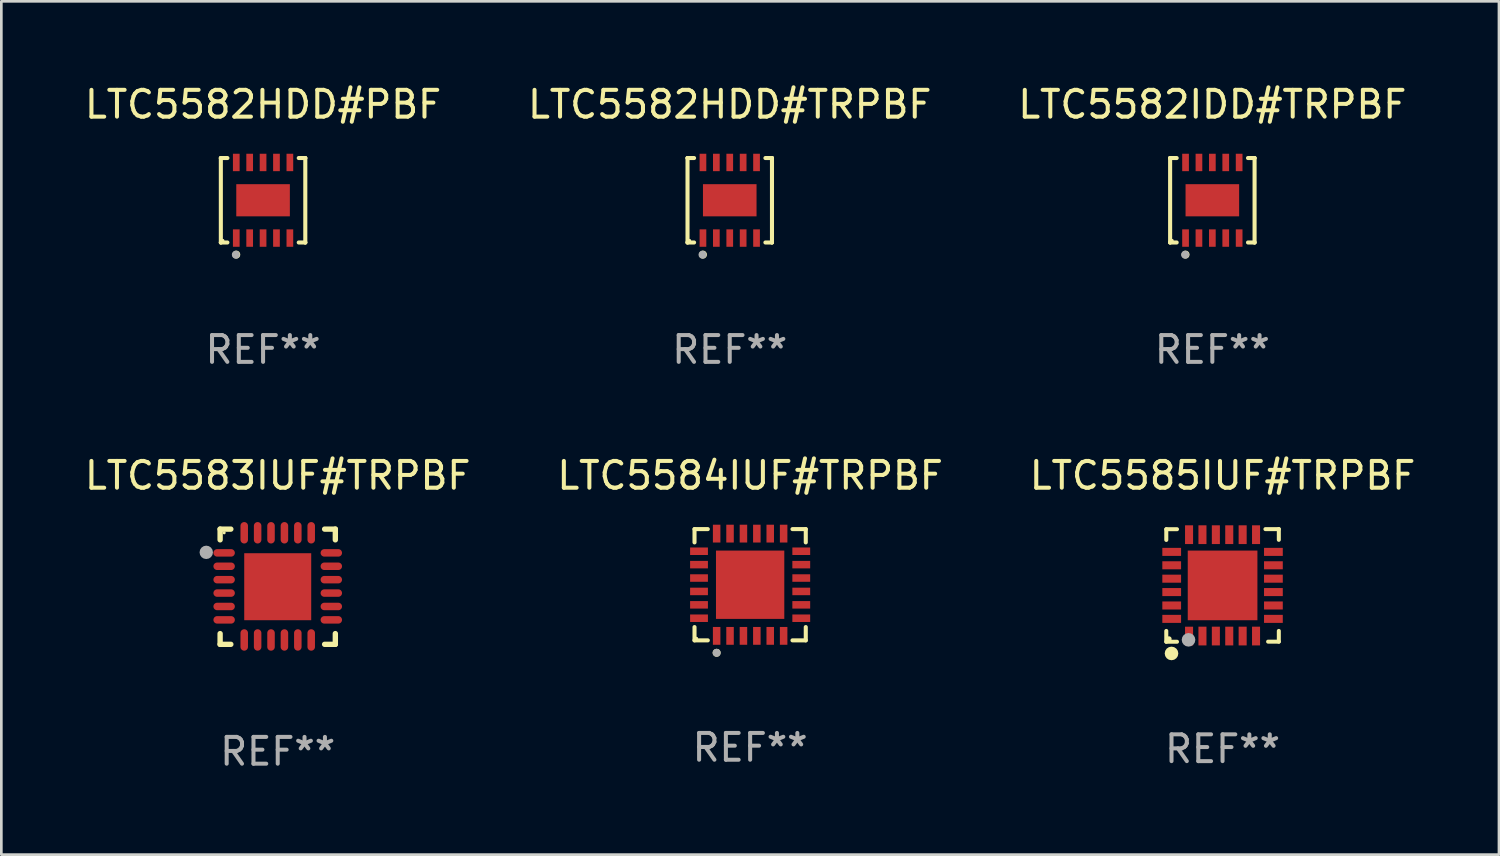
<source format=kicad_pcb>
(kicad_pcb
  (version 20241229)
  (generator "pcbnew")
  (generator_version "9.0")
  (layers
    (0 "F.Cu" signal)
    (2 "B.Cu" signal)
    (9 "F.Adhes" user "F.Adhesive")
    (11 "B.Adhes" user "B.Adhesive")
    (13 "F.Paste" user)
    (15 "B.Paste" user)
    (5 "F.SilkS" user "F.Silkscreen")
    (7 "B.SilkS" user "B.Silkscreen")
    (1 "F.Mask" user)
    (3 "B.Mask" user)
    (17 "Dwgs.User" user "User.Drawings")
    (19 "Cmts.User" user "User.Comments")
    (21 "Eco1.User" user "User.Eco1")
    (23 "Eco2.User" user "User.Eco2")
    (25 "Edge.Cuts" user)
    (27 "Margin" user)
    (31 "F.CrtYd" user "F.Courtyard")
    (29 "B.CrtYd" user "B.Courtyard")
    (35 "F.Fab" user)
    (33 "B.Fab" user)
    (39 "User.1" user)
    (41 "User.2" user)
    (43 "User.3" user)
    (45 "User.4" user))
  (footprint "LTC5582HDD#TRPBF"
    (layer "F.Cu")
    (at 24.185 4.424)
    (property "Reference" "LTC5582HDD#TRPBF" (at 0 -3.576 0) (layer "F.SilkS") (effects (font (size 1 1) (thickness 0.15))))
    (attr through_hole)
    (fp_line (start -1.576 -1.576) (end -1.576 -1.576) (stroke (width 0.152) (type solid)) (layer "F.SilkS"))
    (fp_line (start -1.576 -1.576) (end -1.331 -1.576) (stroke (width 0.152) (type solid)) (layer "F.SilkS"))
    (fp_line (start -1.576 1.576) (end -1.576 -1.576) (stroke (width 0.152) (type solid)) (layer "F.SilkS"))
    (fp_line (start -1.576 1.576) (end -1.576 1.576) (stroke (width 0.152) (type solid)) (layer "F.SilkS"))
    (fp_line (start -1.331 1.576) (end -1.576 1.576) (stroke (width 0.152) (type solid)) (layer "F.SilkS"))
    (fp_line (start 1.331 1.576) (end 1.576 1.576) (stroke (width 0.152) (type solid)) (layer "F.SilkS"))
    (fp_line (start 1.576 -1.576) (end 1.331 -1.576) (stroke (width 0.152) (type solid)) (layer "F.SilkS"))
    (fp_line (start 1.576 -1.576) (end 1.576 -1.576) (stroke (width 0.152) (type solid)) (layer "F.SilkS"))
    (fp_line (start 1.576 1.576) (end 1.576 -1.576) (stroke (width 0.152) (type solid)) (layer "F.SilkS"))
    (fp_line (start 1.576 1.576) (end 1.576 1.576) (stroke (width 0.152) (type solid)) (layer "F.SilkS"))
    (fp_circle (center -1.5 1.5) (end -1.47 1.5) (stroke (width 0.06) (type solid)) (fill no) (layer "F.SilkS"))
    (fp_circle (center -1 2.028) (end -0.925 2.028) (stroke (width 0.15) (type solid)) (fill no) (layer "F.SilkS"))
    (fp_circle (center -1.016 2.032) (end -0.941 2.032) (stroke (width 0.15) (type solid)) (fill no) (layer "F.Fab"))
    (fp_text user "REF**" (at 0 5.576 0) (layer "F.Fab") (effects (font (size 1 1) (thickness 0.15))))
    (pad "1" smd rect (at -1 1.411) (size 0.25 0.65) (layers "F.Cu" "F.Mask" "F.Paste"))
    (pad "2" smd rect (at -0.5 1.411) (size 0.25 0.65) (layers "F.Cu" "F.Mask" "F.Paste"))
    (pad "3" smd rect (at 0 1.411) (size 0.25 0.65) (layers "F.Cu" "F.Mask" "F.Paste"))
    (pad "4" smd rect (at 0.5 1.411) (size 0.25 0.65) (layers "F.Cu" "F.Mask" "F.Paste"))
    (pad "5" smd rect (at 1 1.411) (size 0.25 0.65) (layers "F.Cu" "F.Mask" "F.Paste"))
    (pad "6" smd rect (at 1 -1.411) (size 0.25 0.65) (layers "F.Cu" "F.Mask" "F.Paste"))
    (pad "7" smd rect (at 0.5 -1.411) (size 0.25 0.65) (layers "F.Cu" "F.Mask" "F.Paste"))
    (pad "8" smd rect (at 0 -1.411) (size 0.25 0.65) (layers "F.Cu" "F.Mask" "F.Paste"))
    (pad "9" smd rect (at -0.5 -1.411) (size 0.25 0.65) (layers "F.Cu" "F.Mask" "F.Paste"))
    (pad "10" smd rect (at -1 -1.411) (size 0.25 0.65) (layers "F.Cu" "F.Mask" "F.Paste"))
    (pad "11" smd rect (at 0 0) (size 2 1.2) (layers "F.Cu" "F.Mask" "F.Paste")))
  (footprint "LTC5582IDD#TRPBF"
    (layer "F.Cu")
    (at 42.196 4.424)
    (property "Reference" "LTC5582IDD#TRPBF" (at 0 -3.576 0) (layer "F.SilkS") (effects (font (size 1 1) (thickness 0.15))))
    (attr through_hole)
    (fp_line (start -1.576 -1.576) (end -1.576 -1.576) (stroke (width 0.152) (type solid)) (layer "F.SilkS"))
    (fp_line (start -1.576 -1.576) (end -1.331 -1.576) (stroke (width 0.152) (type solid)) (layer "F.SilkS"))
    (fp_line (start -1.576 1.576) (end -1.576 -1.576) (stroke (width 0.152) (type solid)) (layer "F.SilkS"))
    (fp_line (start -1.576 1.576) (end -1.576 1.576) (stroke (width 0.152) (type solid)) (layer "F.SilkS"))
    (fp_line (start -1.331 1.576) (end -1.576 1.576) (stroke (width 0.152) (type solid)) (layer "F.SilkS"))
    (fp_line (start 1.331 1.576) (end 1.576 1.576) (stroke (width 0.152) (type solid)) (layer "F.SilkS"))
    (fp_line (start 1.576 -1.576) (end 1.331 -1.576) (stroke (width 0.152) (type solid)) (layer "F.SilkS"))
    (fp_line (start 1.576 -1.576) (end 1.576 -1.576) (stroke (width 0.152) (type solid)) (layer "F.SilkS"))
    (fp_line (start 1.576 1.576) (end 1.576 -1.576) (stroke (width 0.152) (type solid)) (layer "F.SilkS"))
    (fp_line (start 1.576 1.576) (end 1.576 1.576) (stroke (width 0.152) (type solid)) (layer "F.SilkS"))
    (fp_circle (center -1.5 1.5) (end -1.47 1.5) (stroke (width 0.06) (type solid)) (fill no) (layer "F.SilkS"))
    (fp_circle (center -1 2.028) (end -0.925 2.028) (stroke (width 0.15) (type solid)) (fill no) (layer "F.SilkS"))
    (fp_circle (center -1.016 2.032) (end -0.941 2.032) (stroke (width 0.15) (type solid)) (fill no) (layer "F.Fab"))
    (fp_text user "REF**" (at 0 5.576 0) (layer "F.Fab") (effects (font (size 1 1) (thickness 0.15))))
    (pad "1" smd rect (at -1 1.411) (size 0.25 0.65) (layers "F.Cu" "F.Mask" "F.Paste"))
    (pad "2" smd rect (at -0.5 1.411) (size 0.25 0.65) (layers "F.Cu" "F.Mask" "F.Paste"))
    (pad "3" smd rect (at 0 1.411) (size 0.25 0.65) (layers "F.Cu" "F.Mask" "F.Paste"))
    (pad "4" smd rect (at 0.5 1.411) (size 0.25 0.65) (layers "F.Cu" "F.Mask" "F.Paste"))
    (pad "5" smd rect (at 1 1.411) (size 0.25 0.65) (layers "F.Cu" "F.Mask" "F.Paste"))
    (pad "6" smd rect (at 1 -1.411) (size 0.25 0.65) (layers "F.Cu" "F.Mask" "F.Paste"))
    (pad "7" smd rect (at 0.5 -1.411) (size 0.25 0.65) (layers "F.Cu" "F.Mask" "F.Paste"))
    (pad "8" smd rect (at 0 -1.411) (size 0.25 0.65) (layers "F.Cu" "F.Mask" "F.Paste"))
    (pad "9" smd rect (at -0.5 -1.411) (size 0.25 0.65) (layers "F.Cu" "F.Mask" "F.Paste"))
    (pad "10" smd rect (at -1 -1.411) (size 0.25 0.65) (layers "F.Cu" "F.Mask" "F.Paste"))
    (pad "11" smd rect (at 0 0) (size 2 1.2) (layers "F.Cu" "F.Mask" "F.Paste")))
  (footprint "LTC5584IUF#TRPBF"
    (layer "F.Cu")
    (at 24.946 18.773)
    (property "Reference" "LTC5584IUF#TRPBF" (at 0 -4.076 0) (layer "F.SilkS") (effects (font (size 1 1) (thickness 0.15))))
    (attr through_hole)
    (fp_line (start -2.076 -2.076) (end -1.58 -2.076) (stroke (width 0.152) (type solid)) (layer "F.SilkS"))
    (fp_line (start -2.076 -1.58) (end -2.076 -2.076) (stroke (width 0.152) (type solid)) (layer "F.SilkS"))
    (fp_line (start -2.076 1.58) (end -2.076 2.076) (stroke (width 0.152) (type solid)) (layer "F.SilkS"))
    (fp_line (start -2.076 2.076) (end -1.58 2.076) (stroke (width 0.152) (type solid)) (layer "F.SilkS"))
    (fp_line (start 2.076 -2.076) (end 1.58 -2.076) (stroke (width 0.152) (type solid)) (layer "F.SilkS"))
    (fp_line (start 2.076 -1.58) (end 2.076 -2.076) (stroke (width 0.152) (type solid)) (layer "F.SilkS"))
    (fp_line (start 2.076 1.58) (end 2.076 2.076) (stroke (width 0.152) (type solid)) (layer "F.SilkS"))
    (fp_line (start 2.076 2.076) (end 1.58 2.076) (stroke (width 0.152) (type solid)) (layer "F.SilkS"))
    (fp_circle (center -2 2) (end -1.97 2) (stroke (width 0.06) (type solid)) (fill no) (layer "F.SilkS"))
    (fp_circle (center -1.25 2.54) (end -1.175 2.54) (stroke (width 0.15) (type solid)) (fill no) (layer "F.SilkS"))
    (fp_circle (center -1.25 2.54) (end -1.175 2.54) (stroke (width 0.15) (type solid)) (fill no) (layer "F.Fab"))
    (fp_text user "REF**" (at 0 6.076 0) (layer "F.Fab") (effects (font (size 1 1) (thickness 0.15))))
    (pad "1" smd rect (at -1.25 1.908) (size 0.28 0.665) (layers "F.Cu" "F.Mask" "F.Paste"))
    (pad "2" smd rect (at -0.75 1.908) (size 0.28 0.665) (layers "F.Cu" "F.Mask" "F.Paste"))
    (pad "3" smd rect (at -0.25 1.908) (size 0.28 0.665) (layers "F.Cu" "F.Mask" "F.Paste"))
    (pad "4" smd rect (at 0.25 1.908) (size 0.28 0.665) (layers "F.Cu" "F.Mask" "F.Paste"))
    (pad "5" smd rect (at 0.75 1.908) (size 0.28 0.665) (layers "F.Cu" "F.Mask" "F.Paste"))
    (pad "6" smd rect (at 1.25 1.908) (size 0.28 0.665) (layers "F.Cu" "F.Mask" "F.Paste"))
    (pad "7" smd rect (at 1.908 1.25) (size 0.665 0.28) (layers "F.Cu" "F.Mask" "F.Paste"))
    (pad "8" smd rect (at 1.908 0.75) (size 0.665 0.28) (layers "F.Cu" "F.Mask" "F.Paste"))
    (pad "9" smd rect (at 1.908 0.25) (size 0.665 0.28) (layers "F.Cu" "F.Mask" "F.Paste"))
    (pad "10" smd rect (at 1.908 -0.25) (size 0.665 0.28) (layers "F.Cu" "F.Mask" "F.Paste"))
    (pad "11" smd rect (at 1.908 -0.75) (size 0.665 0.28) (layers "F.Cu" "F.Mask" "F.Paste"))
    (pad "12" smd rect (at 1.908 -1.25) (size 0.665 0.28) (layers "F.Cu" "F.Mask" "F.Paste"))
    (pad "13" smd rect (at 1.25 -1.908) (size 0.28 0.665) (layers "F.Cu" "F.Mask" "F.Paste"))
    (pad "14" smd rect (at 0.75 -1.908) (size 0.28 0.665) (layers "F.Cu" "F.Mask" "F.Paste"))
    (pad "15" smd rect (at 0.25 -1.908) (size 0.28 0.665) (layers "F.Cu" "F.Mask" "F.Paste"))
    (pad "16" smd rect (at -0.25 -1.908) (size 0.28 0.665) (layers "F.Cu" "F.Mask" "F.Paste"))
    (pad "17" smd rect (at -0.75 -1.908) (size 0.28 0.665) (layers "F.Cu" "F.Mask" "F.Paste"))
    (pad "18" smd rect (at -1.25 -1.908) (size 0.28 0.665) (layers "F.Cu" "F.Mask" "F.Paste"))
    (pad "19" smd rect (at -1.908 -1.25) (size 0.665 0.28) (layers "F.Cu" "F.Mask" "F.Paste"))
    (pad "20" smd rect (at -1.908 -0.75) (size 0.665 0.28) (layers "F.Cu" "F.Mask" "F.Paste"))
    (pad "21" smd rect (at -1.908 -0.25) (size 0.665 0.28) (layers "F.Cu" "F.Mask" "F.Paste"))
    (pad "22" smd rect (at -1.908 0.25) (size 0.665 0.28) (layers "F.Cu" "F.Mask" "F.Paste"))
    (pad "23" smd rect (at -1.908 0.75) (size 0.665 0.28) (layers "F.Cu" "F.Mask" "F.Paste"))
    (pad "24" smd rect (at -1.908 1.25) (size 0.665 0.28) (layers "F.Cu" "F.Mask" "F.Paste"))
    (pad "25" smd rect (at 0 0) (size 2.55 2.55) (layers "F.Cu" "F.Mask" "F.Paste")))
  (footprint "LTC5585IUF#TRPBF"
    (layer "F.Cu")
    (at 42.577 18.799)
    (property "Reference" "LTC5585IUF#TRPBF" (at 0 -4.102 0) (layer "F.SilkS") (effects (font (size 1 1) (thickness 0.15))))
    (attr through_hole)
    (fp_line (start -2.1 -2.098) (end -1.7 -2.098) (stroke (width 0.15) (type solid)) (layer "F.SilkS"))
    (fp_line (start -2.1 -1.698) (end -2.1 -2.098) (stroke (width 0.15) (type solid)) (layer "F.SilkS"))
    (fp_line (start -2.1 2.102) (end -2.1 1.698) (stroke (width 0.15) (type solid)) (layer "F.SilkS"))
    (fp_line (start -1.7 2.102) (end -2.1 2.102) (stroke (width 0.15) (type solid)) (layer "F.SilkS"))
    (fp_line (start 1.6 -2.102) (end 2.1 -2.102) (stroke (width 0.15) (type solid)) (layer "F.SilkS"))
    (fp_line (start 1.7 2.098) (end 2.1 2.098) (stroke (width 0.15) (type solid)) (layer "F.SilkS"))
    (fp_line (start 2.1 -2.102) (end 2.1 -1.702) (stroke (width 0.15) (type solid)) (layer "F.SilkS"))
    (fp_line (start 2.1 2.098) (end 2.1 1.698) (stroke (width 0.15) (type solid)) (layer "F.SilkS"))
    (fp_circle (center -2 1.998) (end -1.95 1.998) (stroke (width 0.1) (type solid)) (fill no) (layer "F.SilkS"))
    (fp_circle (center -1.905 2.538) (end -1.778 2.538) (stroke (width 0.254) (type solid)) (fill no) (layer "F.SilkS"))
    (fp_circle (center -1.27 2.03) (end -1.143 2.03) (stroke (width 0.254) (type solid)) (fill no) (layer "F.Fab"))
    (fp_text user "REF**" (at 0 6.102 0) (layer "F.Fab") (effects (font (size 1 1) (thickness 0.15))))
    (pad "1" smd rect (at -1.25 1.89 180) (size 0.3 0.7) (layers "F.Cu" "F.Mask" "F.Paste"))
    (pad "2" smd rect (at -0.75 1.889 180) (size 0.3 0.7) (layers "F.Cu" "F.Mask" "F.Paste"))
    (pad "3" smd rect (at -0.25 1.889 180) (size 0.3 0.7) (layers "F.Cu" "F.Mask" "F.Paste"))
    (pad "4" smd rect (at 0.25 1.889 180) (size 0.3 0.7) (layers "F.Cu" "F.Mask" "F.Paste"))
    (pad "5" smd rect (at 0.75 1.889 180) (size 0.3 0.7) (layers "F.Cu" "F.Mask" "F.Paste"))
    (pad "6" smd rect (at 1.25 1.889 180) (size 0.3 0.7) (layers "F.Cu" "F.Mask" "F.Paste"))
    (pad "7" smd rect (at 1.898 1.248 270) (size 0.3 0.7) (layers "F.Cu" "F.Mask" "F.Paste"))
    (pad "8" smd rect (at 1.898 0.748 270) (size 0.3 0.7) (layers "F.Cu" "F.Mask" "F.Paste"))
    (pad "9" smd rect (at 1.898 0.248 270) (size 0.3 0.7) (layers "F.Cu" "F.Mask" "F.Paste"))
    (pad "10" smd rect (at 1.898 -0.252 270) (size 0.3 0.7) (layers "F.Cu" "F.Mask" "F.Paste"))
    (pad "11" smd rect (at 1.898 -0.752 270) (size 0.3 0.7) (layers "F.Cu" "F.Mask" "F.Paste"))
    (pad "12" smd rect (at 1.898 -1.252 270) (size 0.3 0.7) (layers "F.Cu" "F.Mask" "F.Paste"))
    (pad "13" smd rect (at 1.25 -1.894) (size 0.3 0.7) (layers "F.Cu" "F.Mask" "F.Paste"))
    (pad "14" smd rect (at 0.75 -1.894) (size 0.3 0.7) (layers "F.Cu" "F.Mask" "F.Paste"))
    (pad "15" smd rect (at 0.25 -1.894) (size 0.3 0.7) (layers "F.Cu" "F.Mask" "F.Paste"))
    (pad "16" smd rect (at -0.25 -1.894) (size 0.3 0.7) (layers "F.Cu" "F.Mask" "F.Paste"))
    (pad "17" smd rect (at -0.75 -1.894) (size 0.3 0.7) (layers "F.Cu" "F.Mask" "F.Paste"))
    (pad "18" smd rect (at -1.25 -1.894) (size 0.3 0.7) (layers "F.Cu" "F.Mask" "F.Paste"))
    (pad "19" smd rect (at -1.898 -1.252 90) (size 0.3 0.7) (layers "F.Cu" "F.Mask" "F.Paste"))
    (pad "20" smd rect (at -1.898 -0.752 90) (size 0.3 0.7) (layers "F.Cu" "F.Mask" "F.Paste"))
    (pad "21" smd rect (at -1.898 -0.252 90) (size 0.3 0.7) (layers "F.Cu" "F.Mask" "F.Paste"))
    (pad "22" smd rect (at -1.898 0.248 90) (size 0.3 0.7) (layers "F.Cu" "F.Mask" "F.Paste"))
    (pad "23" smd rect (at -1.898 0.748 90) (size 0.3 0.7) (layers "F.Cu" "F.Mask" "F.Paste"))
    (pad "24" smd rect (at -1.898 1.248 90) (size 0.3 0.7) (layers "F.Cu" "F.Mask" "F.Paste"))
    (pad "25" smd rect (at 0.001 -0.001 90) (size 2.6 2.6) (layers "F.Cu" "F.Mask" "F.Paste")))
  (footprint "LTC5582HDD#PBF"
    (layer "F.Cu")
    (at 6.768 4.424)
    (property "Reference" "LTC5582HDD#PBF" (at 0 -3.576 0) (layer "F.SilkS") (effects (font (size 1 1) (thickness 0.15))))
    (attr through_hole)
    (fp_line (start -1.576 -1.576) (end -1.576 -1.576) (stroke (width 0.152) (type solid)) (layer "F.SilkS"))
    (fp_line (start -1.576 -1.576) (end -1.331 -1.576) (stroke (width 0.152) (type solid)) (layer "F.SilkS"))
    (fp_line (start -1.576 1.576) (end -1.576 -1.576) (stroke (width 0.152) (type solid)) (layer "F.SilkS"))
    (fp_line (start -1.576 1.576) (end -1.576 1.576) (stroke (width 0.152) (type solid)) (layer "F.SilkS"))
    (fp_line (start -1.331 1.576) (end -1.576 1.576) (stroke (width 0.152) (type solid)) (layer "F.SilkS"))
    (fp_line (start 1.331 1.576) (end 1.576 1.576) (stroke (width 0.152) (type solid)) (layer "F.SilkS"))
    (fp_line (start 1.576 -1.576) (end 1.331 -1.576) (stroke (width 0.152) (type solid)) (layer "F.SilkS"))
    (fp_line (start 1.576 -1.576) (end 1.576 -1.576) (stroke (width 0.152) (type solid)) (layer "F.SilkS"))
    (fp_line (start 1.576 1.576) (end 1.576 -1.576) (stroke (width 0.152) (type solid)) (layer "F.SilkS"))
    (fp_line (start 1.576 1.576) (end 1.576 1.576) (stroke (width 0.152) (type solid)) (layer "F.SilkS"))
    (fp_circle (center -1.5 1.5) (end -1.47 1.5) (stroke (width 0.06) (type solid)) (fill no) (layer "F.SilkS"))
    (fp_circle (center -1 2.028) (end -0.925 2.028) (stroke (width 0.15) (type solid)) (fill no) (layer "F.SilkS"))
    (fp_circle (center -1.016 2.032) (end -0.941 2.032) (stroke (width 0.15) (type solid)) (fill no) (layer "F.Fab"))
    (fp_text user "REF**" (at 0 5.576 0) (layer "F.Fab") (effects (font (size 1 1) (thickness 0.15))))
    (pad "1" smd rect (at -1 1.411) (size 0.25 0.65) (layers "F.Cu" "F.Mask" "F.Paste"))
    (pad "2" smd rect (at -0.5 1.411) (size 0.25 0.65) (layers "F.Cu" "F.Mask" "F.Paste"))
    (pad "3" smd rect (at 0 1.411) (size 0.25 0.65) (layers "F.Cu" "F.Mask" "F.Paste"))
    (pad "4" smd rect (at 0.5 1.411) (size 0.25 0.65) (layers "F.Cu" "F.Mask" "F.Paste"))
    (pad "5" smd rect (at 1 1.411) (size 0.25 0.65) (layers "F.Cu" "F.Mask" "F.Paste"))
    (pad "6" smd rect (at 1 -1.411) (size 0.25 0.65) (layers "F.Cu" "F.Mask" "F.Paste"))
    (pad "7" smd rect (at 0.5 -1.411) (size 0.25 0.65) (layers "F.Cu" "F.Mask" "F.Paste"))
    (pad "8" smd rect (at 0 -1.411) (size 0.25 0.65) (layers "F.Cu" "F.Mask" "F.Paste"))
    (pad "9" smd rect (at -0.5 -1.411) (size 0.25 0.65) (layers "F.Cu" "F.Mask" "F.Paste"))
    (pad "10" smd rect (at -1 -1.411) (size 0.25 0.65) (layers "F.Cu" "F.Mask" "F.Paste"))
    (pad "11" smd rect (at 0 0) (size 2 1.2) (layers "F.Cu" "F.Mask" "F.Paste")))
  (footprint "LTC5583IUF#TRPBF"
    (layer "F.Cu")
    (at 7.315 18.847)
    (property "Reference" "LTC5583IUF#TRPBF" (at 0 -4.15 0) (layer "F.SilkS") (effects (font (size 1 1) (thickness 0.15))))
    (attr through_hole)
    (fp_line (start -2.15 -2.15) (end -1.75 -2.15) (stroke (width 0.2) (type solid)) (layer "F.SilkS"))
    (fp_line (start -2.15 -1.75) (end -2.15 -2.15) (stroke (width 0.2) (type solid)) (layer "F.SilkS"))
    (fp_line (start -2.15 2.15) (end -2.15 1.75) (stroke (width 0.2) (type solid)) (layer "F.SilkS"))
    (fp_line (start -1.75 2.15) (end -2.15 2.15) (stroke (width 0.2) (type solid)) (layer "F.SilkS"))
    (fp_line (start 1.75 -2.15) (end 2.15 -2.15) (stroke (width 0.2) (type solid)) (layer "F.SilkS"))
    (fp_line (start 1.75 2.15) (end 2.15 2.15) (stroke (width 0.2) (type solid)) (layer "F.SilkS"))
    (fp_line (start 2.15 -2.15) (end 2.15 -1.75) (stroke (width 0.2) (type solid)) (layer "F.SilkS"))
    (fp_line (start 2.15 2.15) (end 2.15 1.75) (stroke (width 0.2) (type solid)) (layer "F.SilkS"))
    (fp_circle (center -2 -2.013) (end -1.97 -2.013) (stroke (width 0.06) (type solid)) (fill no) (layer "F.SilkS"))
    (fp_circle (center -2.667 -1.283) (end -2.542 -1.283) (stroke (width 0.25) (type solid)) (fill no) (layer "F.Fab"))
    (fp_text user "REF**" (at 0 6.15 0) (layer "F.Fab") (effects (font (size 1 1) (thickness 0.15))))
    (pad "1" smd oval (at -2 -1.263) (size 0.8 0.28) (layers "F.Cu" "F.Mask" "F.Paste"))
    (pad "2" smd oval (at -2 -0.763) (size 0.8 0.28) (layers "F.Cu" "F.Mask" "F.Paste"))
    (pad "3" smd oval (at -2 -0.263) (size 0.8 0.28) (layers "F.Cu" "F.Mask" "F.Paste"))
    (pad "4" smd oval (at -2 0.237) (size 0.8 0.28) (layers "F.Cu" "F.Mask" "F.Paste"))
    (pad "5" smd oval (at -2 0.737) (size 0.8 0.28) (layers "F.Cu" "F.Mask" "F.Paste"))
    (pad "6" smd oval (at -2 1.237) (size 0.8 0.28) (layers "F.Cu" "F.Mask" "F.Paste"))
    (pad "7" smd oval (at -1.25 1.987) (size 0.28 0.8) (layers "F.Cu" "F.Mask" "F.Paste"))
    (pad "8" smd oval (at -0.75 1.987) (size 0.28 0.8) (layers "F.Cu" "F.Mask" "F.Paste"))
    (pad "9" smd oval (at -0.25 1.987) (size 0.28 0.8) (layers "F.Cu" "F.Mask" "F.Paste"))
    (pad "10" smd oval (at 0.25 1.987) (size 0.28 0.8) (layers "F.Cu" "F.Mask" "F.Paste"))
    (pad "11" smd oval (at 0.75 1.987) (size 0.28 0.8) (layers "F.Cu" "F.Mask" "F.Paste"))
    (pad "12" smd oval (at 1.25 1.987) (size 0.28 0.8) (layers "F.Cu" "F.Mask" "F.Paste"))
    (pad "13" smd oval (at 2 1.237) (size 0.8 0.28) (layers "F.Cu" "F.Mask" "F.Paste"))
    (pad "14" smd oval (at 2 0.737) (size 0.8 0.28) (layers "F.Cu" "F.Mask" "F.Paste"))
    (pad "15" smd oval (at 2 0.237) (size 0.8 0.28) (layers "F.Cu" "F.Mask" "F.Paste"))
    (pad "16" smd oval (at 2 -0.263) (size 0.8 0.28) (layers "F.Cu" "F.Mask" "F.Paste"))
    (pad "17" smd oval (at 2 -0.763) (size 0.8 0.28) (layers "F.Cu" "F.Mask" "F.Paste"))
    (pad "18" smd oval (at 2 -1.263) (size 0.8 0.28) (layers "F.Cu" "F.Mask" "F.Paste"))
    (pad "19" smd oval (at 1.25 -2.013) (size 0.28 0.8) (layers "F.Cu" "F.Mask" "F.Paste"))
    (pad "20" smd oval (at 0.75 -2.013) (size 0.28 0.8) (layers "F.Cu" "F.Mask" "F.Paste"))
    (pad "21" smd oval (at 0.25 -2.013) (size 0.28 0.8) (layers "F.Cu" "F.Mask" "F.Paste"))
    (pad "22" smd oval (at -0.25 -2.013) (size 0.28 0.8) (layers "F.Cu" "F.Mask" "F.Paste"))
    (pad "23" smd oval (at -0.75 -2.013) (size 0.28 0.8) (layers "F.Cu" "F.Mask" "F.Paste"))
    (pad "24" smd oval (at -1.25 -2.013) (size 0.28 0.8) (layers "F.Cu" "F.Mask" "F.Paste"))
    (pad "25" smd rect (at -0.000127 -0.00014) (size 2.5 2.5) (layers "F.Cu" "F.Mask" "F.Paste")))
  (gr_rect
    (start -3 -3)
    (end 52.893 28.846)
    (stroke (width 0.1) (type default))
    (fill no)
    (layer "Edge.Cuts")))
</source>
